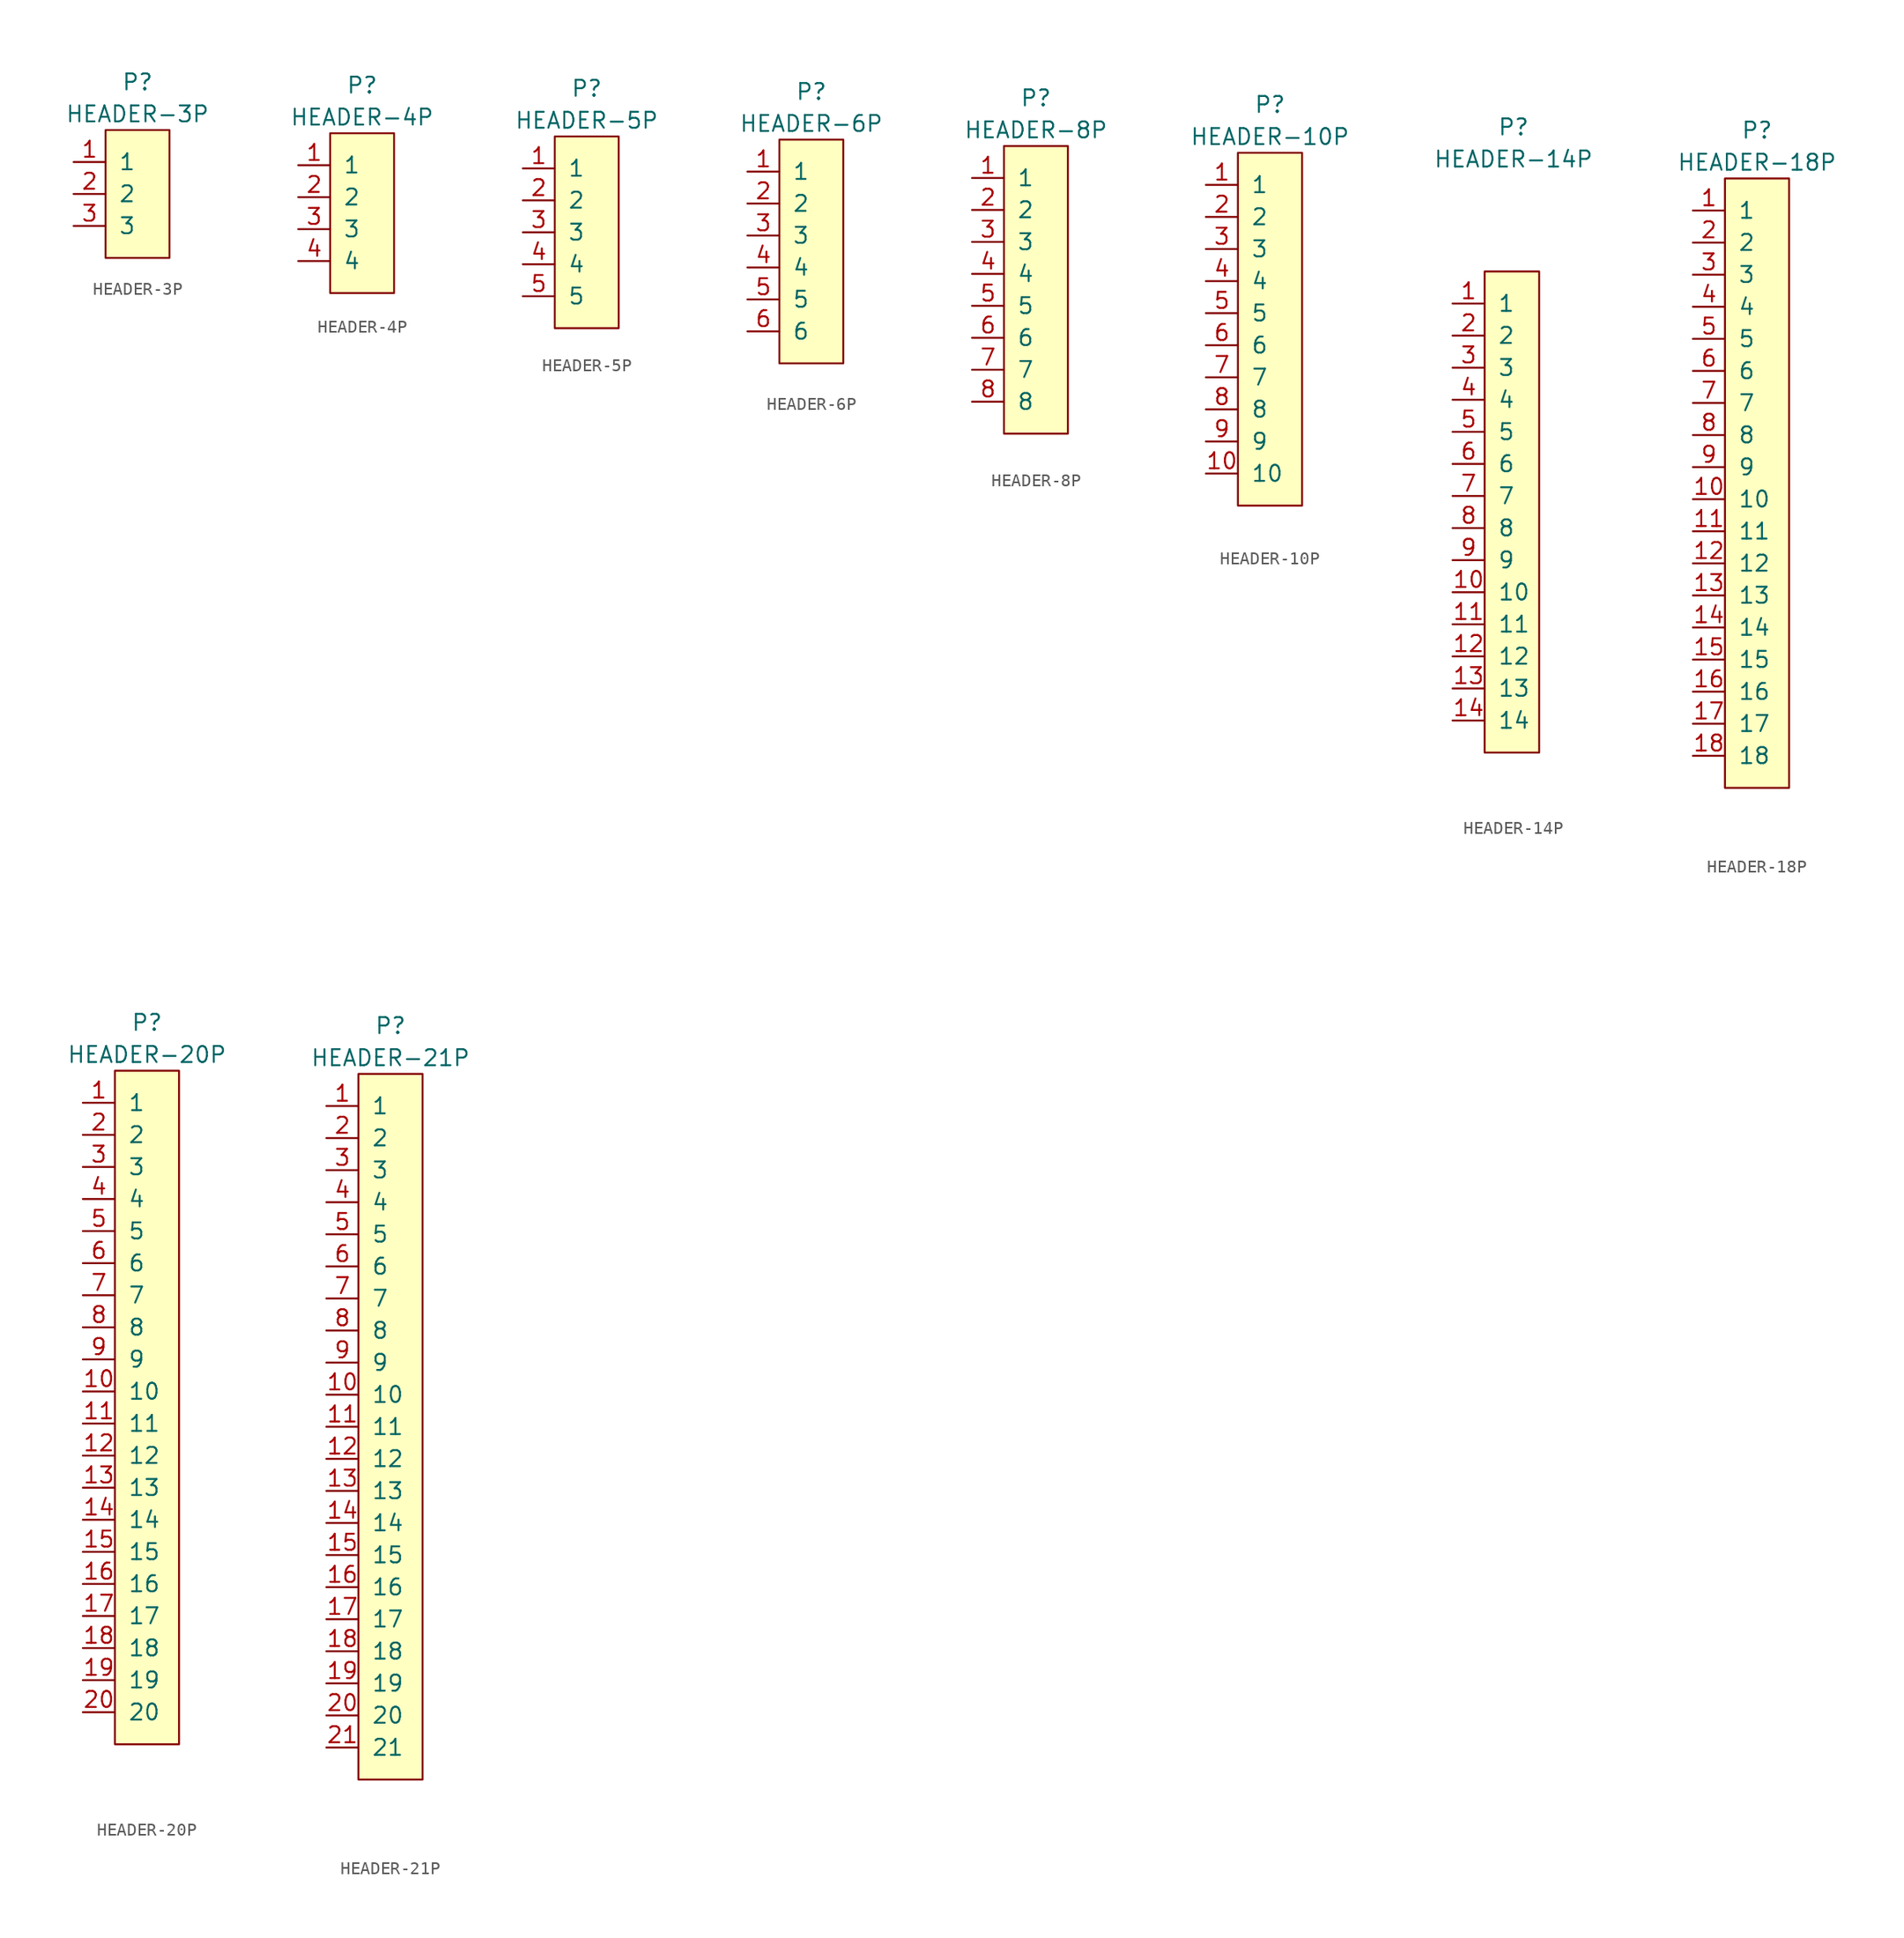
<source format=kicad_sym>
(kicad_symbol_lib
  (version 20220914)
  (generator kicad_symbol_editor)
  (symbol "HEADER-3P"
    (pin_names
      (offset 1.016))
    (property "Reference" "P"
      (at 0 7.62 0)
      (effects (font (size 1.27 1.27))))
    (property "Value" "HEADER-3P"
      (at 0 5.08 0)
      (effects (font (size 1.27 1.27))))
    (symbol "HEADER-3P_0_1"
      (rectangle (start -2.54 3.81) (end 2.54 -6.35) (stroke (width 0) (type default)) (fill (type background))))
    (symbol "HEADER-3P_1_1"
      (pin passive line (at -5.08 1.27 0) (length 2.54) (name "1" (effects (font (size 1.27 1.27)))) (number "1" (effects (font (size 1.27 1.27)))))
      (pin passive line (at -5.08 -1.27 0) (length 2.54) (name "2" (effects (font (size 1.27 1.27)))) (number "2" (effects (font (size 1.27 1.27)))))
      (pin passive line (at -5.08 -3.81 0) (length 2.54) (name "3" (effects (font (size 1.27 1.27)))) (number "3" (effects (font (size 1.27 1.27)))))))
  (symbol "HEADER-4P"
    (pin_names
      (offset 1.016))
    (property "Reference" "P"
      (at 0 10.16 0)
      (effects (font (size 1.27 1.27))))
    (property "Value" "HEADER-4P"
      (at 0 7.62 0)
      (effects (font (size 1.27 1.27))))
    (symbol "HEADER-4P_0_1"
      (rectangle (start -2.54 6.35) (end 2.54 -6.35) (stroke (width 0) (type default)) (fill (type background))))
    (symbol "HEADER-4P_1_1"
      (pin passive line (at -5.08 3.81 0) (length 2.54) (name "1" (effects (font (size 1.27 1.27)))) (number "1" (effects (font (size 1.27 1.27)))))
      (pin passive line (at -5.08 1.27 0) (length 2.54) (name "2" (effects (font (size 1.27 1.27)))) (number "2" (effects (font (size 1.27 1.27)))))
      (pin passive line (at -5.08 -1.27 0) (length 2.54) (name "3" (effects (font (size 1.27 1.27)))) (number "3" (effects (font (size 1.27 1.27)))))
      (pin passive line (at -5.08 -3.81 0) (length 2.54) (name "4" (effects (font (size 1.27 1.27)))) (number "4" (effects (font (size 1.27 1.27)))))))
  (symbol "HEADER-5P"
    (pin_names
      (offset 1.016))
    (property "Reference" "P"
      (at 0 10.16 0)
      (effects (font (size 1.27 1.27))))
    (property "Value" "HEADER-5P"
      (at 0 7.62 0)
      (effects (font (size 1.27 1.27))))
    (symbol "HEADER-5P_0_1"
      (rectangle (start -2.54 6.35) (end 2.54 -8.89) (stroke (width 0) (type default)) (fill (type background))))
    (symbol "HEADER-5P_1_1"
      (pin passive line (at -5.08 3.81 0) (length 2.54) (name "1" (effects (font (size 1.27 1.27)))) (number "1" (effects (font (size 1.27 1.27)))))
      (pin passive line (at -5.08 1.27 0) (length 2.54) (name "2" (effects (font (size 1.27 1.27)))) (number "2" (effects (font (size 1.27 1.27)))))
      (pin passive line (at -5.08 -1.27 0) (length 2.54) (name "3" (effects (font (size 1.27 1.27)))) (number "3" (effects (font (size 1.27 1.27)))))
      (pin passive line (at -5.08 -3.81 0) (length 2.54) (name "4" (effects (font (size 1.27 1.27)))) (number "4" (effects (font (size 1.27 1.27)))))
      (pin passive line (at -5.08 -6.35 0) (length 2.54) (name "5" (effects (font (size 1.27 1.27)))) (number "5" (effects (font (size 1.27 1.27)))))))
  (symbol "HEADER-6P"
    (pin_names
      (offset 1.016))
    (property "Reference" "P"
      (at 0 12.7 0)
      (effects (font (size 1.27 1.27))))
    (property "Value" "HEADER-6P"
      (at 0 10.16 0)
      (effects (font (size 1.27 1.27))))
    (symbol "HEADER-6P_0_1"
      (rectangle (start -2.54 8.89) (end 2.54 -8.89) (stroke (width 0) (type default)) (fill (type background))))
    (symbol "HEADER-6P_1_1"
      (pin passive line (at -5.08 6.35 0) (length 2.54) (name "1" (effects (font (size 1.27 1.27)))) (number "1" (effects (font (size 1.27 1.27)))))
      (pin passive line (at -5.08 3.81 0) (length 2.54) (name "2" (effects (font (size 1.27 1.27)))) (number "2" (effects (font (size 1.27 1.27)))))
      (pin passive line (at -5.08 1.27 0) (length 2.54) (name "3" (effects (font (size 1.27 1.27)))) (number "3" (effects (font (size 1.27 1.27)))))
      (pin passive line (at -5.08 -1.27 0) (length 2.54) (name "4" (effects (font (size 1.27 1.27)))) (number "4" (effects (font (size 1.27 1.27)))))
      (pin passive line (at -5.08 -3.81 0) (length 2.54) (name "5" (effects (font (size 1.27 1.27)))) (number "5" (effects (font (size 1.27 1.27)))))
      (pin passive line (at -5.08 -6.35 0) (length 2.54) (name "6" (effects (font (size 1.27 1.27)))) (number "6" (effects (font (size 1.27 1.27)))))))
  (symbol "HEADER-8P"
    (pin_names
      (offset 1.016))
    (property "Reference" "P"
      (at 0 15.24 0)
      (effects (font (size 1.27 1.27))))
    (property "Value" "HEADER-8P"
      (at 0 12.7 0)
      (effects (font (size 1.27 1.27))))
    (symbol "HEADER-8P_0_1"
      (rectangle (start -2.54 11.43) (end 2.54 -11.43) (stroke (width 0) (type default)) (fill (type background))))
    (symbol "HEADER-8P_1_1"
      (pin passive line (at -5.08 8.89 0) (length 2.54) (name "1" (effects (font (size 1.27 1.27)))) (number "1" (effects (font (size 1.27 1.27)))))
      (pin passive line (at -5.08 6.35 0) (length 2.54) (name "2" (effects (font (size 1.27 1.27)))) (number "2" (effects (font (size 1.27 1.27)))))
      (pin passive line (at -5.08 3.81 0) (length 2.54) (name "3" (effects (font (size 1.27 1.27)))) (number "3" (effects (font (size 1.27 1.27)))))
      (pin passive line (at -5.08 1.27 0) (length 2.54) (name "4" (effects (font (size 1.27 1.27)))) (number "4" (effects (font (size 1.27 1.27)))))
      (pin passive line (at -5.08 -1.27 0) (length 2.54) (name "5" (effects (font (size 1.27 1.27)))) (number "5" (effects (font (size 1.27 1.27)))))
      (pin passive line (at -5.08 -3.81 0) (length 2.54) (name "6" (effects (font (size 1.27 1.27)))) (number "6" (effects (font (size 1.27 1.27)))))
      (pin passive line (at -5.08 -6.35 0) (length 2.54) (name "7" (effects (font (size 1.27 1.27)))) (number "7" (effects (font (size 1.27 1.27)))))
      (pin passive line (at -5.08 -8.89 0) (length 2.54) (name "8" (effects (font (size 1.27 1.27)))) (number "8" (effects (font (size 1.27 1.27)))))))
  (symbol "HEADER-10P"
    (pin_names
      (offset 1.016))
    (property "Reference" "P"
      (at 0 17.78 0)
      (effects (font (size 1.27 1.27))))
    (property "Value" "HEADER-10P"
      (at 0 15.24 0)
      (effects (font (size 1.27 1.27))))
    (symbol "HEADER-10P_0_1"
      (rectangle (start -2.54 13.97) (end 2.54 -13.97) (stroke (width 0) (type default)) (fill (type background))))
    (symbol "HEADER-10P_1_1"
      (pin passive line (at -5.08 11.43 0) (length 2.54) (name "1" (effects (font (size 1.27 1.27)))) (number "1" (effects (font (size 1.27 1.27)))))
      (pin passive line (at -5.08 -11.43 0) (length 2.54) (name "10" (effects (font (size 1.27 1.27)))) (number "10" (effects (font (size 1.27 1.27)))))
      (pin passive line (at -5.08 8.89 0) (length 2.54) (name "2" (effects (font (size 1.27 1.27)))) (number "2" (effects (font (size 1.27 1.27)))))
      (pin passive line (at -5.08 6.35 0) (length 2.54) (name "3" (effects (font (size 1.27 1.27)))) (number "3" (effects (font (size 1.27 1.27)))))
      (pin passive line (at -5.08 3.81 0) (length 2.54) (name "4" (effects (font (size 1.27 1.27)))) (number "4" (effects (font (size 1.27 1.27)))))
      (pin passive line (at -5.08 1.27 0) (length 2.54) (name "5" (effects (font (size 1.27 1.27)))) (number "5" (effects (font (size 1.27 1.27)))))
      (pin passive line (at -5.08 -1.27 0) (length 2.54) (name "6" (effects (font (size 1.27 1.27)))) (number "6" (effects (font (size 1.27 1.27)))))
      (pin passive line (at -5.08 -3.81 0) (length 2.54) (name "7" (effects (font (size 1.27 1.27)))) (number "7" (effects (font (size 1.27 1.27)))))
      (pin passive line (at -5.08 -6.35 0) (length 2.54) (name "8" (effects (font (size 1.27 1.27)))) (number "8" (effects (font (size 1.27 1.27)))))
      (pin passive line (at -5.08 -8.89 0) (length 2.54) (name "9" (effects (font (size 1.27 1.27)))) (number "9" (effects (font (size 1.27 1.27)))))))
  (symbol "HEADER-14P"
    (pin_names
      (offset 1.016))
    (property "Reference" "P"
      (at 0 30.48 0)
      (effects (font (size 1.27 1.27))))
    (property "Value" "HEADER-14P"
      (at 0 27.94 0)
      (effects (font (size 1.27 1.27))))
    (symbol "HEADER-14P_0_1"
      (rectangle (start -2.286 19.05) (end 2.032 -19.05) (stroke (width 0) (type default)) (fill (type background))))
    (symbol "HEADER-14P_1_1"
      (pin passive line (at -4.826 16.51 0) (length 2.54) (name "1" (effects (font (size 1.27 1.27)))) (number "1" (effects (font (size 1.27 1.27)))))
      (pin passive line (at -4.826 -6.35 0) (length 2.54) (name "10" (effects (font (size 1.27 1.27)))) (number "10" (effects (font (size 1.27 1.27)))))
      (pin passive line (at -4.826 -8.89 0) (length 2.54) (name "11" (effects (font (size 1.27 1.27)))) (number "11" (effects (font (size 1.27 1.27)))))
      (pin passive line (at -4.826 -11.43 0) (length 2.54) (name "12" (effects (font (size 1.27 1.27)))) (number "12" (effects (font (size 1.27 1.27)))))
      (pin passive line (at -4.826 -13.97 0) (length 2.54) (name "13" (effects (font (size 1.27 1.27)))) (number "13" (effects (font (size 1.27 1.27)))))
      (pin passive line (at -4.826 -16.51 0) (length 2.54) (name "14" (effects (font (size 1.27 1.27)))) (number "14" (effects (font (size 1.27 1.27)))))
      (pin passive line (at -4.826 13.97 0) (length 2.54) (name "2" (effects (font (size 1.27 1.27)))) (number "2" (effects (font (size 1.27 1.27)))))
      (pin passive line (at -4.826 11.43 0) (length 2.54) (name "3" (effects (font (size 1.27 1.27)))) (number "3" (effects (font (size 1.27 1.27)))))
      (pin passive line (at -4.826 8.89 0) (length 2.54) (name "4" (effects (font (size 1.27 1.27)))) (number "4" (effects (font (size 1.27 1.27)))))
      (pin passive line (at -4.826 6.35 0) (length 2.54) (name "5" (effects (font (size 1.27 1.27)))) (number "5" (effects (font (size 1.27 1.27)))))
      (pin passive line (at -4.826 3.81 0) (length 2.54) (name "6" (effects (font (size 1.27 1.27)))) (number "6" (effects (font (size 1.27 1.27)))))
      (pin passive line (at -4.826 1.27 0) (length 2.54) (name "7" (effects (font (size 1.27 1.27)))) (number "7" (effects (font (size 1.27 1.27)))))
      (pin passive line (at -4.826 -1.27 0) (length 2.54) (name "8" (effects (font (size 1.27 1.27)))) (number "8" (effects (font (size 1.27 1.27)))))
      (pin passive line (at -4.826 -3.81 0) (length 2.54) (name "9" (effects (font (size 1.27 1.27)))) (number "9" (effects (font (size 1.27 1.27)))))))
  (symbol "HEADER-18P"
    (pin_names
      (offset 1.016))
    (property "Reference" "P"
      (at 0 27.94 0)
      (effects (font (size 1.27 1.27))))
    (property "Value" "HEADER-18P"
      (at 0 25.4 0)
      (effects (font (size 1.27 1.27))))
    (symbol "HEADER-18P_0_1"
      (rectangle (start -2.54 24.13) (end 2.54 -24.13) (stroke (width 0) (type default)) (fill (type background))))
    (symbol "HEADER-18P_1_1"
      (pin passive line (at -5.08 21.59 0) (length 2.54) (name "1" (effects (font (size 1.27 1.27)))) (number "1" (effects (font (size 1.27 1.27)))))
      (pin passive line (at -5.08 -1.27 0) (length 2.54) (name "10" (effects (font (size 1.27 1.27)))) (number "10" (effects (font (size 1.27 1.27)))))
      (pin passive line (at -5.08 -3.81 0) (length 2.54) (name "11" (effects (font (size 1.27 1.27)))) (number "11" (effects (font (size 1.27 1.27)))))
      (pin passive line (at -5.08 -6.35 0) (length 2.54) (name "12" (effects (font (size 1.27 1.27)))) (number "12" (effects (font (size 1.27 1.27)))))
      (pin passive line (at -5.08 -8.89 0) (length 2.54) (name "13" (effects (font (size 1.27 1.27)))) (number "13" (effects (font (size 1.27 1.27)))))
      (pin passive line (at -5.08 -11.43 0) (length 2.54) (name "14" (effects (font (size 1.27 1.27)))) (number "14" (effects (font (size 1.27 1.27)))))
      (pin passive line (at -5.08 -13.97 0) (length 2.54) (name "15" (effects (font (size 1.27 1.27)))) (number "15" (effects (font (size 1.27 1.27)))))
      (pin passive line (at -5.08 -16.51 0) (length 2.54) (name "16" (effects (font (size 1.27 1.27)))) (number "16" (effects (font (size 1.27 1.27)))))
      (pin passive line (at -5.08 -19.05 0) (length 2.54) (name "17" (effects (font (size 1.27 1.27)))) (number "17" (effects (font (size 1.27 1.27)))))
      (pin passive line (at -5.08 -21.59 0) (length 2.54) (name "18" (effects (font (size 1.27 1.27)))) (number "18" (effects (font (size 1.27 1.27)))))
      (pin passive line (at -5.08 19.05 0) (length 2.54) (name "2" (effects (font (size 1.27 1.27)))) (number "2" (effects (font (size 1.27 1.27)))))
      (pin passive line (at -5.08 16.51 0) (length 2.54) (name "3" (effects (font (size 1.27 1.27)))) (number "3" (effects (font (size 1.27 1.27)))))
      (pin passive line (at -5.08 13.97 0) (length 2.54) (name "4" (effects (font (size 1.27 1.27)))) (number "4" (effects (font (size 1.27 1.27)))))
      (pin passive line (at -5.08 11.43 0) (length 2.54) (name "5" (effects (font (size 1.27 1.27)))) (number "5" (effects (font (size 1.27 1.27)))))
      (pin passive line (at -5.08 8.89 0) (length 2.54) (name "6" (effects (font (size 1.27 1.27)))) (number "6" (effects (font (size 1.27 1.27)))))
      (pin passive line (at -5.08 6.35 0) (length 2.54) (name "7" (effects (font (size 1.27 1.27)))) (number "7" (effects (font (size 1.27 1.27)))))
      (pin passive line (at -5.08 3.81 0) (length 2.54) (name "8" (effects (font (size 1.27 1.27)))) (number "8" (effects (font (size 1.27 1.27)))))
      (pin passive line (at -5.08 1.27 0) (length 2.54) (name "9" (effects (font (size 1.27 1.27)))) (number "9" (effects (font (size 1.27 1.27)))))))
  (symbol "HEADER-20P"
    (pin_names
      (offset 1.016))
    (property "Reference" "P"
      (at 0 30.48 0)
      (effects (font (size 1.27 1.27))))
    (property "Value" "HEADER-20P"
      (at 0 27.94 0)
      (effects (font (size 1.27 1.27))))
    (symbol "HEADER-20P_0_1"
      (rectangle (start -2.54 26.67) (end 2.54 -26.67) (stroke (width 0) (type default)) (fill (type background))))
    (symbol "HEADER-20P_1_1"
      (pin passive line (at -5.08 24.13 0) (length 2.54) (name "1" (effects (font (size 1.27 1.27)))) (number "1" (effects (font (size 1.27 1.27)))))
      (pin passive line (at -5.08 1.27 0) (length 2.54) (name "10" (effects (font (size 1.27 1.27)))) (number "10" (effects (font (size 1.27 1.27)))))
      (pin passive line (at -5.08 -1.27 0) (length 2.54) (name "11" (effects (font (size 1.27 1.27)))) (number "11" (effects (font (size 1.27 1.27)))))
      (pin passive line (at -5.08 -3.81 0) (length 2.54) (name "12" (effects (font (size 1.27 1.27)))) (number "12" (effects (font (size 1.27 1.27)))))
      (pin passive line (at -5.08 -6.35 0) (length 2.54) (name "13" (effects (font (size 1.27 1.27)))) (number "13" (effects (font (size 1.27 1.27)))))
      (pin passive line (at -5.08 -8.89 0) (length 2.54) (name "14" (effects (font (size 1.27 1.27)))) (number "14" (effects (font (size 1.27 1.27)))))
      (pin passive line (at -5.08 -11.43 0) (length 2.54) (name "15" (effects (font (size 1.27 1.27)))) (number "15" (effects (font (size 1.27 1.27)))))
      (pin passive line (at -5.08 -13.97 0) (length 2.54) (name "16" (effects (font (size 1.27 1.27)))) (number "16" (effects (font (size 1.27 1.27)))))
      (pin passive line (at -5.08 -16.51 0) (length 2.54) (name "17" (effects (font (size 1.27 1.27)))) (number "17" (effects (font (size 1.27 1.27)))))
      (pin passive line (at -5.08 -19.05 0) (length 2.54) (name "18" (effects (font (size 1.27 1.27)))) (number "18" (effects (font (size 1.27 1.27)))))
      (pin passive line (at -5.08 -21.59 0) (length 2.54) (name "19" (effects (font (size 1.27 1.27)))) (number "19" (effects (font (size 1.27 1.27)))))
      (pin passive line (at -5.08 21.59 0) (length 2.54) (name "2" (effects (font (size 1.27 1.27)))) (number "2" (effects (font (size 1.27 1.27)))))
      (pin passive line (at -5.08 -24.13 0) (length 2.54) (name "20" (effects (font (size 1.27 1.27)))) (number "20" (effects (font (size 1.27 1.27)))))
      (pin passive line (at -5.08 19.05 0) (length 2.54) (name "3" (effects (font (size 1.27 1.27)))) (number "3" (effects (font (size 1.27 1.27)))))
      (pin passive line (at -5.08 16.51 0) (length 2.54) (name "4" (effects (font (size 1.27 1.27)))) (number "4" (effects (font (size 1.27 1.27)))))
      (pin passive line (at -5.08 13.97 0) (length 2.54) (name "5" (effects (font (size 1.27 1.27)))) (number "5" (effects (font (size 1.27 1.27)))))
      (pin passive line (at -5.08 11.43 0) (length 2.54) (name "6" (effects (font (size 1.27 1.27)))) (number "6" (effects (font (size 1.27 1.27)))))
      (pin passive line (at -5.08 8.89 0) (length 2.54) (name "7" (effects (font (size 1.27 1.27)))) (number "7" (effects (font (size 1.27 1.27)))))
      (pin passive line (at -5.08 6.35 0) (length 2.54) (name "8" (effects (font (size 1.27 1.27)))) (number "8" (effects (font (size 1.27 1.27)))))
      (pin passive line (at -5.08 3.81 0) (length 2.54) (name "9" (effects (font (size 1.27 1.27)))) (number "9" (effects (font (size 1.27 1.27)))))))
  (symbol "HEADER-21P"
    (pin_names
      (offset 1.016))
    (property "Reference" "P"
      (at 0 31.75 0)
      (effects (font (size 1.27 1.27))))
    (property "Value" "HEADER-21P"
      (at 0 29.21 0)
      (effects (font (size 1.27 1.27))))
    (symbol "HEADER-21P_0_1"
      (rectangle (start -2.54 27.94) (end 2.54 -27.94) (stroke (width 0) (type default)) (fill (type background))))
    (symbol "HEADER-21P_1_1"
      (pin passive line (at -5.08 25.4 0) (length 2.54) (name "1" (effects (font (size 1.27 1.27)))) (number "1" (effects (font (size 1.27 1.27)))))
      (pin passive line (at -5.08 2.54 0) (length 2.54) (name "10" (effects (font (size 1.27 1.27)))) (number "10" (effects (font (size 1.27 1.27)))))
      (pin passive line (at -5.08 0 0) (length 2.54) (name "11" (effects (font (size 1.27 1.27)))) (number "11" (effects (font (size 1.27 1.27)))))
      (pin passive line (at -5.08 -2.54 0) (length 2.54) (name "12" (effects (font (size 1.27 1.27)))) (number "12" (effects (font (size 1.27 1.27)))))
      (pin passive line (at -5.08 -5.08 0) (length 2.54) (name "13" (effects (font (size 1.27 1.27)))) (number "13" (effects (font (size 1.27 1.27)))))
      (pin passive line (at -5.08 -7.62 0) (length 2.54) (name "14" (effects (font (size 1.27 1.27)))) (number "14" (effects (font (size 1.27 1.27)))))
      (pin passive line (at -5.08 -10.16 0) (length 2.54) (name "15" (effects (font (size 1.27 1.27)))) (number "15" (effects (font (size 1.27 1.27)))))
      (pin passive line (at -5.08 -12.7 0) (length 2.54) (name "16" (effects (font (size 1.27 1.27)))) (number "16" (effects (font (size 1.27 1.27)))))
      (pin passive line (at -5.08 -15.24 0) (length 2.54) (name "17" (effects (font (size 1.27 1.27)))) (number "17" (effects (font (size 1.27 1.27)))))
      (pin passive line (at -5.08 -17.78 0) (length 2.54) (name "18" (effects (font (size 1.27 1.27)))) (number "18" (effects (font (size 1.27 1.27)))))
      (pin passive line (at -5.08 -20.32 0) (length 2.54) (name "19" (effects (font (size 1.27 1.27)))) (number "19" (effects (font (size 1.27 1.27)))))
      (pin passive line (at -5.08 22.86 0) (length 2.54) (name "2" (effects (font (size 1.27 1.27)))) (number "2" (effects (font (size 1.27 1.27)))))
      (pin passive line (at -5.08 -22.86 0) (length 2.54) (name "20" (effects (font (size 1.27 1.27)))) (number "20" (effects (font (size 1.27 1.27)))))
      (pin passive line (at -5.08 -25.4 0) (length 2.54) (name "21" (effects (font (size 1.27 1.27)))) (number "21" (effects (font (size 1.27 1.27)))))
      (pin passive line (at -5.08 20.32 0) (length 2.54) (name "3" (effects (font (size 1.27 1.27)))) (number "3" (effects (font (size 1.27 1.27)))))
      (pin passive line (at -5.08 17.78 0) (length 2.54) (name "4" (effects (font (size 1.27 1.27)))) (number "4" (effects (font (size 1.27 1.27)))))
      (pin passive line (at -5.08 15.24 0) (length 2.54) (name "5" (effects (font (size 1.27 1.27)))) (number "5" (effects (font (size 1.27 1.27)))))
      (pin passive line (at -5.08 12.7 0) (length 2.54) (name "6" (effects (font (size 1.27 1.27)))) (number "6" (effects (font (size 1.27 1.27)))))
      (pin passive line (at -5.08 10.16 0) (length 2.54) (name "7" (effects (font (size 1.27 1.27)))) (number "7" (effects (font (size 1.27 1.27)))))
      (pin passive line (at -5.08 7.62 0) (length 2.54) (name "8" (effects (font (size 1.27 1.27)))) (number "8" (effects (font (size 1.27 1.27)))))
      (pin passive line (at -5.08 5.08 0) (length 2.54) (name "9" (effects (font (size 1.27 1.27)))) (number "9" (effects (font (size 1.27 1.27))))))))
</source>
